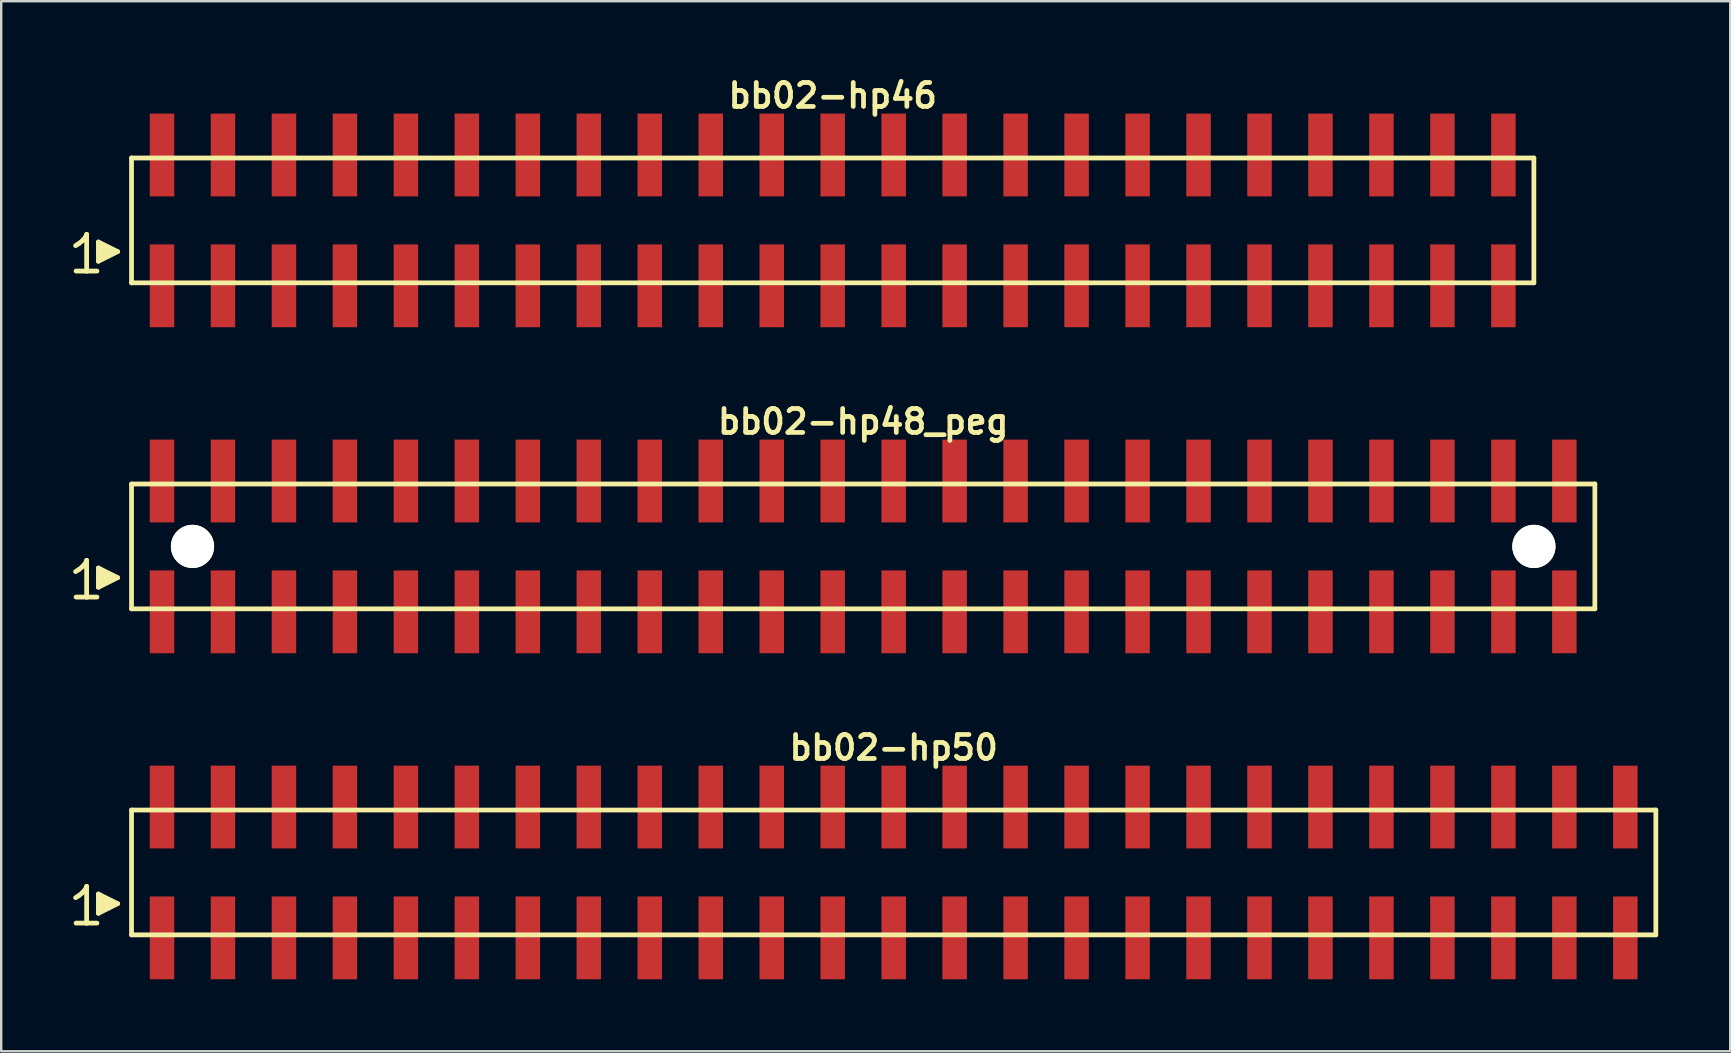
<source format=kicad_pcb>
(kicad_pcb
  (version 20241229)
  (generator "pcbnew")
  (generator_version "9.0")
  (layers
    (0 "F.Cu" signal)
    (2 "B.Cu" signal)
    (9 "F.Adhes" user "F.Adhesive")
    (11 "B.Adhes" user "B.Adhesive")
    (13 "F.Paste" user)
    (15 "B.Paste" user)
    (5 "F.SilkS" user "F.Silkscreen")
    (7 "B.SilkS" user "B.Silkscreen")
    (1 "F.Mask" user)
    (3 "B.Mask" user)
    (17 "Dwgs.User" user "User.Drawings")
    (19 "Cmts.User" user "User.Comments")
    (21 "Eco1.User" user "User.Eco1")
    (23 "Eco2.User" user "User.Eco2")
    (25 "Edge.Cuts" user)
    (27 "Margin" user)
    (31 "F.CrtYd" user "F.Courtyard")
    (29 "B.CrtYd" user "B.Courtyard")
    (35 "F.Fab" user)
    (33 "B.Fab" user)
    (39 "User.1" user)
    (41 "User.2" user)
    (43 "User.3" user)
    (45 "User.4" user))
  (footprint "bb02-hp50"
    (layer "F.Cu")
    (at 34.179 33.295)
    (property "Reference" "bb02-hp50" (at 0 -5.2 0) (layer "F.SilkS") (effects (font (size 0.998 0.998) (thickness 0.198))))
    (attr through_hole)
    (fp_line (start -34.08 1.05) (end -33.95 0.97) (stroke (width 0.198) (type solid)) (layer "F.SilkS"))
    (fp_line (start -33.95 0.97) (end -33.79 0.84) (stroke (width 0.198) (type solid)) (layer "F.SilkS"))
    (fp_line (start -33.79 0.84) (end -33.65 0.67) (stroke (width 0.198) (type solid)) (layer "F.SilkS"))
    (fp_line (start -33.65 0.67) (end -33.62 0.58) (stroke (width 0.198) (type solid)) (layer "F.SilkS"))
    (fp_line (start -33.62 0.58) (end -33.62 2.11) (stroke (width 0.198) (type solid)) (layer "F.SilkS"))
    (fp_line (start -33.62 2.11) (end -34.06 2.11) (stroke (width 0.198) (type solid)) (layer "F.SilkS"))
    (fp_line (start -33.19 2.11) (end -33.63 2.11) (stroke (width 0.198) (type solid)) (layer "F.SilkS"))
    (fp_line (start -33.13 0.9) (end -32.33 1.3) (stroke (width 0.198) (type solid)) (layer "F.SilkS"))
    (fp_line (start -33.13 1.7) (end -33.13 0.9) (stroke (width 0.198) (type solid)) (layer "F.SilkS"))
    (fp_line (start -33.03 1.6) (end -33.03 1) (stroke (width 0.198) (type solid)) (layer "F.SilkS"))
    (fp_line (start -32.93 1.1) (end -32.93 1.5) (stroke (width 0.198) (type solid)) (layer "F.SilkS"))
    (fp_line (start -32.83 1.5) (end -32.83 1.1) (stroke (width 0.198) (type solid)) (layer "F.SilkS"))
    (fp_line (start -32.73 1.2) (end -32.73 1.4) (stroke (width 0.198) (type solid)) (layer "F.SilkS"))
    (fp_line (start -32.63 1.4) (end -32.63 1.2) (stroke (width 0.198) (type solid)) (layer "F.SilkS"))
    (fp_line (start -32.33 1.3) (end -33.13 1.7) (stroke (width 0.198) (type solid)) (layer "F.SilkS"))
    (fp_line (start -31.75 -2.6) (end -31.75 2.6) (stroke (width 0.198) (type solid)) (layer "F.SilkS"))
    (fp_line (start -31.75 -2.6) (end 31.75 -2.6) (stroke (width 0.198) (type solid)) (layer "F.SilkS"))
    (fp_line (start 31.75 2.6) (end -31.75 2.6) (stroke (width 0.198) (type solid)) (layer "F.SilkS"))
    (fp_line (start 31.75 2.6) (end 31.75 -2.6) (stroke (width 0.198) (type solid)) (layer "F.SilkS"))
    (pad "1" smd rect (at -30.48 2.725) (size 1.02 3.45) (layers "F.Cu" "F.Mask" "F.Paste"))
    (pad "2" smd rect (at -30.48 -2.725) (size 1.02 3.45) (layers "F.Cu" "F.Mask" "F.Paste"))
    (pad "3" smd rect (at -27.94 2.725) (size 1.02 3.45) (layers "F.Cu" "F.Mask" "F.Paste"))
    (pad "4" smd rect (at -27.94 -2.725) (size 1.02 3.45) (layers "F.Cu" "F.Mask" "F.Paste"))
    (pad "5" smd rect (at -25.4 2.725) (size 1.02 3.45) (layers "F.Cu" "F.Mask" "F.Paste"))
    (pad "6" smd rect (at -25.4 -2.725) (size 1.02 3.45) (layers "F.Cu" "F.Mask" "F.Paste"))
    (pad "7" smd rect (at -22.86 2.725) (size 1.02 3.45) (layers "F.Cu" "F.Mask" "F.Paste"))
    (pad "8" smd rect (at -22.86 -2.725) (size 1.02 3.45) (layers "F.Cu" "F.Mask" "F.Paste"))
    (pad "9" smd rect (at -20.32 2.725) (size 1.02 3.45) (layers "F.Cu" "F.Mask" "F.Paste"))
    (pad "10" smd rect (at -20.32 -2.725) (size 1.02 3.45) (layers "F.Cu" "F.Mask" "F.Paste"))
    (pad "11" smd rect (at -17.78 2.725) (size 1.02 3.45) (layers "F.Cu" "F.Mask" "F.Paste"))
    (pad "12" smd rect (at -17.78 -2.725) (size 1.02 3.45) (layers "F.Cu" "F.Mask" "F.Paste"))
    (pad "13" smd rect (at -15.24 2.725) (size 1.02 3.45) (layers "F.Cu" "F.Mask" "F.Paste"))
    (pad "14" smd rect (at -15.24 -2.725) (size 1.02 3.45) (layers "F.Cu" "F.Mask" "F.Paste"))
    (pad "15" smd rect (at -12.7 2.725) (size 1.02 3.45) (layers "F.Cu" "F.Mask" "F.Paste"))
    (pad "16" smd rect (at -12.7 -2.725) (size 1.02 3.45) (layers "F.Cu" "F.Mask" "F.Paste"))
    (pad "17" smd rect (at -10.16 2.725) (size 1.02 3.45) (layers "F.Cu" "F.Mask" "F.Paste"))
    (pad "18" smd rect (at -10.16 -2.725) (size 1.02 3.45) (layers "F.Cu" "F.Mask" "F.Paste"))
    (pad "19" smd rect (at -7.62 2.725) (size 1.02 3.45) (layers "F.Cu" "F.Mask" "F.Paste"))
    (pad "20" smd rect (at -7.62 -2.725) (size 1.02 3.45) (layers "F.Cu" "F.Mask" "F.Paste"))
    (pad "21" smd rect (at -5.08 2.725) (size 1.02 3.45) (layers "F.Cu" "F.Mask" "F.Paste"))
    (pad "22" smd rect (at -5.08 -2.725) (size 1.02 3.45) (layers "F.Cu" "F.Mask" "F.Paste"))
    (pad "23" smd rect (at -2.54 2.725) (size 1.02 3.45) (layers "F.Cu" "F.Mask" "F.Paste"))
    (pad "24" smd rect (at -2.54 -2.725) (size 1.02 3.45) (layers "F.Cu" "F.Mask" "F.Paste"))
    (pad "25" smd rect (at 0 2.725) (size 1.02 3.45) (layers "F.Cu" "F.Mask" "F.Paste"))
    (pad "26" smd rect (at 0 -2.725) (size 1.02 3.45) (layers "F.Cu" "F.Mask" "F.Paste"))
    (pad "27" smd rect (at 2.54 2.725) (size 1.02 3.45) (layers "F.Cu" "F.Mask" "F.Paste"))
    (pad "28" smd rect (at 2.54 -2.725) (size 1.02 3.45) (layers "F.Cu" "F.Mask" "F.Paste"))
    (pad "29" smd rect (at 5.08 2.725) (size 1.02 3.45) (layers "F.Cu" "F.Mask" "F.Paste"))
    (pad "30" smd rect (at 5.08 -2.725) (size 1.02 3.45) (layers "F.Cu" "F.Mask" "F.Paste"))
    (pad "31" smd rect (at 7.62 2.725) (size 1.02 3.45) (layers "F.Cu" "F.Mask" "F.Paste"))
    (pad "32" smd rect (at 7.62 -2.725) (size 1.02 3.45) (layers "F.Cu" "F.Mask" "F.Paste"))
    (pad "33" smd rect (at 10.16 2.725) (size 1.02 3.45) (layers "F.Cu" "F.Mask" "F.Paste"))
    (pad "34" smd rect (at 10.16 -2.725) (size 1.02 3.45) (layers "F.Cu" "F.Mask" "F.Paste"))
    (pad "35" smd rect (at 12.7 2.725) (size 1.02 3.45) (layers "F.Cu" "F.Mask" "F.Paste"))
    (pad "36" smd rect (at 12.7 -2.725) (size 1.02 3.45) (layers "F.Cu" "F.Mask" "F.Paste"))
    (pad "37" smd rect (at 15.24 2.725) (size 1.02 3.45) (layers "F.Cu" "F.Mask" "F.Paste"))
    (pad "38" smd rect (at 15.24 -2.725) (size 1.02 3.45) (layers "F.Cu" "F.Mask" "F.Paste"))
    (pad "39" smd rect (at 17.78 2.725) (size 1.02 3.45) (layers "F.Cu" "F.Mask" "F.Paste"))
    (pad "40" smd rect (at 17.78 -2.725) (size 1.02 3.45) (layers "F.Cu" "F.Mask" "F.Paste"))
    (pad "41" smd rect (at 20.32 2.725) (size 1.02 3.45) (layers "F.Cu" "F.Mask" "F.Paste"))
    (pad "42" smd rect (at 20.32 -2.725) (size 1.02 3.45) (layers "F.Cu" "F.Mask" "F.Paste"))
    (pad "43" smd rect (at 22.86 2.725) (size 1.02 3.45) (layers "F.Cu" "F.Mask" "F.Paste"))
    (pad "44" smd rect (at 22.86 -2.725) (size 1.02 3.45) (layers "F.Cu" "F.Mask" "F.Paste"))
    (pad "45" smd rect (at 25.4 2.725) (size 1.02 3.45) (layers "F.Cu" "F.Mask" "F.Paste"))
    (pad "46" smd rect (at 25.4 -2.725) (size 1.02 3.45) (layers "F.Cu" "F.Mask" "F.Paste"))
    (pad "47" smd rect (at 27.94 2.725) (size 1.02 3.45) (layers "F.Cu" "F.Mask" "F.Paste"))
    (pad "48" smd rect (at 27.94 -2.725) (size 1.02 3.45) (layers "F.Cu" "F.Mask" "F.Paste"))
    (pad "49" smd rect (at 30.48 2.725) (size 1.02 3.45) (layers "F.Cu" "F.Mask" "F.Paste"))
    (pad "50" smd rect (at 30.48 -2.725) (size 1.02 3.45) (layers "F.Cu" "F.Mask" "F.Paste")))
  (footprint "bb02-hp48_peg"
    (layer "F.Cu")
    (at 32.909 19.713)
    (property "Reference" "bb02-hp48_peg" (at 0 -5.2 0) (layer "F.SilkS") (effects (font (size 0.998 0.998) (thickness 0.198))))
    (attr through_hole)
    (fp_line (start -32.81 1.05) (end -32.68 0.97) (stroke (width 0.198) (type solid)) (layer "F.SilkS"))
    (fp_line (start -32.68 0.97) (end -32.52 0.84) (stroke (width 0.198) (type solid)) (layer "F.SilkS"))
    (fp_line (start -32.52 0.84) (end -32.38 0.67) (stroke (width 0.198) (type solid)) (layer "F.SilkS"))
    (fp_line (start -32.38 0.67) (end -32.35 0.58) (stroke (width 0.198) (type solid)) (layer "F.SilkS"))
    (fp_line (start -32.35 0.58) (end -32.35 2.11) (stroke (width 0.198) (type solid)) (layer "F.SilkS"))
    (fp_line (start -32.35 2.11) (end -32.79 2.11) (stroke (width 0.198) (type solid)) (layer "F.SilkS"))
    (fp_line (start -31.92 2.11) (end -32.36 2.11) (stroke (width 0.198) (type solid)) (layer "F.SilkS"))
    (fp_line (start -31.86 0.9) (end -31.06 1.3) (stroke (width 0.198) (type solid)) (layer "F.SilkS"))
    (fp_line (start -31.86 1.7) (end -31.86 0.9) (stroke (width 0.198) (type solid)) (layer "F.SilkS"))
    (fp_line (start -31.76 1.6) (end -31.76 1) (stroke (width 0.198) (type solid)) (layer "F.SilkS"))
    (fp_line (start -31.66 1.1) (end -31.66 1.5) (stroke (width 0.198) (type solid)) (layer "F.SilkS"))
    (fp_line (start -31.56 1.5) (end -31.56 1.1) (stroke (width 0.198) (type solid)) (layer "F.SilkS"))
    (fp_line (start -31.46 1.2) (end -31.46 1.4) (stroke (width 0.198) (type solid)) (layer "F.SilkS"))
    (fp_line (start -31.36 1.4) (end -31.36 1.2) (stroke (width 0.198) (type solid)) (layer "F.SilkS"))
    (fp_line (start -31.06 1.3) (end -31.86 1.7) (stroke (width 0.198) (type solid)) (layer "F.SilkS"))
    (fp_line (start -30.48 -2.6) (end -30.48 2.6) (stroke (width 0.198) (type solid)) (layer "F.SilkS"))
    (fp_line (start -30.48 -2.6) (end 30.48 -2.6) (stroke (width 0.198) (type solid)) (layer "F.SilkS"))
    (fp_line (start 30.48 2.6) (end -30.48 2.6) (stroke (width 0.198) (type solid)) (layer "F.SilkS"))
    (fp_line (start 30.48 2.6) (end 30.48 -2.6) (stroke (width 0.198) (type solid)) (layer "F.SilkS"))
    (pad "" np_thru_hole circle (at -27.94 0) (size 1.8 1.8) (drill 1.8) (layers "*.Cu" "*.Mask" "F.SilkS"))
    (pad "" np_thru_hole circle (at 27.94 0) (size 1.8 1.8) (drill 1.8) (layers "*.Cu" "*.Mask" "F.SilkS"))
    (pad "1" smd rect (at -29.21 2.725) (size 1.02 3.45) (layers "F.Cu" "F.Mask" "F.Paste"))
    (pad "2" smd rect (at -29.21 -2.725) (size 1.02 3.45) (layers "F.Cu" "F.Mask" "F.Paste"))
    (pad "3" smd rect (at -26.67 2.725) (size 1.02 3.45) (layers "F.Cu" "F.Mask" "F.Paste"))
    (pad "4" smd rect (at -26.67 -2.725) (size 1.02 3.45) (layers "F.Cu" "F.Mask" "F.Paste"))
    (pad "5" smd rect (at -24.13 2.725) (size 1.02 3.45) (layers "F.Cu" "F.Mask" "F.Paste"))
    (pad "6" smd rect (at -24.13 -2.725) (size 1.02 3.45) (layers "F.Cu" "F.Mask" "F.Paste"))
    (pad "7" smd rect (at -21.59 2.725) (size 1.02 3.45) (layers "F.Cu" "F.Mask" "F.Paste"))
    (pad "8" smd rect (at -21.59 -2.725) (size 1.02 3.45) (layers "F.Cu" "F.Mask" "F.Paste"))
    (pad "9" smd rect (at -19.05 2.725) (size 1.02 3.45) (layers "F.Cu" "F.Mask" "F.Paste"))
    (pad "10" smd rect (at -19.05 -2.725) (size 1.02 3.45) (layers "F.Cu" "F.Mask" "F.Paste"))
    (pad "11" smd rect (at -16.51 2.725) (size 1.02 3.45) (layers "F.Cu" "F.Mask" "F.Paste"))
    (pad "12" smd rect (at -16.51 -2.725) (size 1.02 3.45) (layers "F.Cu" "F.Mask" "F.Paste"))
    (pad "13" smd rect (at -13.97 2.725) (size 1.02 3.45) (layers "F.Cu" "F.Mask" "F.Paste"))
    (pad "14" smd rect (at -13.97 -2.725) (size 1.02 3.45) (layers "F.Cu" "F.Mask" "F.Paste"))
    (pad "15" smd rect (at -11.43 2.725) (size 1.02 3.45) (layers "F.Cu" "F.Mask" "F.Paste"))
    (pad "16" smd rect (at -11.43 -2.725) (size 1.02 3.45) (layers "F.Cu" "F.Mask" "F.Paste"))
    (pad "17" smd rect (at -8.89 2.725) (size 1.02 3.45) (layers "F.Cu" "F.Mask" "F.Paste"))
    (pad "18" smd rect (at -8.89 -2.725) (size 1.02 3.45) (layers "F.Cu" "F.Mask" "F.Paste"))
    (pad "19" smd rect (at -6.35 2.725) (size 1.02 3.45) (layers "F.Cu" "F.Mask" "F.Paste"))
    (pad "20" smd rect (at -6.35 -2.725) (size 1.02 3.45) (layers "F.Cu" "F.Mask" "F.Paste"))
    (pad "21" smd rect (at -3.81 2.725) (size 1.02 3.45) (layers "F.Cu" "F.Mask" "F.Paste"))
    (pad "22" smd rect (at -3.81 -2.725) (size 1.02 3.45) (layers "F.Cu" "F.Mask" "F.Paste"))
    (pad "23" smd rect (at -1.27 2.725) (size 1.02 3.45) (layers "F.Cu" "F.Mask" "F.Paste"))
    (pad "24" smd rect (at -1.27 -2.725) (size 1.02 3.45) (layers "F.Cu" "F.Mask" "F.Paste"))
    (pad "25" smd rect (at 1.27 2.725) (size 1.02 3.45) (layers "F.Cu" "F.Mask" "F.Paste"))
    (pad "26" smd rect (at 1.27 -2.725) (size 1.02 3.45) (layers "F.Cu" "F.Mask" "F.Paste"))
    (pad "27" smd rect (at 3.81 2.725) (size 1.02 3.45) (layers "F.Cu" "F.Mask" "F.Paste"))
    (pad "28" smd rect (at 3.81 -2.725) (size 1.02 3.45) (layers "F.Cu" "F.Mask" "F.Paste"))
    (pad "29" smd rect (at 6.35 2.725) (size 1.02 3.45) (layers "F.Cu" "F.Mask" "F.Paste"))
    (pad "30" smd rect (at 6.35 -2.725) (size 1.02 3.45) (layers "F.Cu" "F.Mask" "F.Paste"))
    (pad "31" smd rect (at 8.89 2.725) (size 1.02 3.45) (layers "F.Cu" "F.Mask" "F.Paste"))
    (pad "32" smd rect (at 8.89 -2.725) (size 1.02 3.45) (layers "F.Cu" "F.Mask" "F.Paste"))
    (pad "33" smd rect (at 11.43 2.725) (size 1.02 3.45) (layers "F.Cu" "F.Mask" "F.Paste"))
    (pad "34" smd rect (at 11.43 -2.725) (size 1.02 3.45) (layers "F.Cu" "F.Mask" "F.Paste"))
    (pad "35" smd rect (at 13.97 2.725) (size 1.02 3.45) (layers "F.Cu" "F.Mask" "F.Paste"))
    (pad "36" smd rect (at 13.97 -2.725) (size 1.02 3.45) (layers "F.Cu" "F.Mask" "F.Paste"))
    (pad "37" smd rect (at 16.51 2.725) (size 1.02 3.45) (layers "F.Cu" "F.Mask" "F.Paste"))
    (pad "38" smd rect (at 16.51 -2.725) (size 1.02 3.45) (layers "F.Cu" "F.Mask" "F.Paste"))
    (pad "39" smd rect (at 19.05 2.725) (size 1.02 3.45) (layers "F.Cu" "F.Mask" "F.Paste"))
    (pad "40" smd rect (at 19.05 -2.725) (size 1.02 3.45) (layers "F.Cu" "F.Mask" "F.Paste"))
    (pad "41" smd rect (at 21.59 2.725) (size 1.02 3.45) (layers "F.Cu" "F.Mask" "F.Paste"))
    (pad "42" smd rect (at 21.59 -2.725) (size 1.02 3.45) (layers "F.Cu" "F.Mask" "F.Paste"))
    (pad "43" smd rect (at 24.13 2.725) (size 1.02 3.45) (layers "F.Cu" "F.Mask" "F.Paste"))
    (pad "44" smd rect (at 24.13 -2.725) (size 1.02 3.45) (layers "F.Cu" "F.Mask" "F.Paste"))
    (pad "45" smd rect (at 26.67 2.725) (size 1.02 3.45) (layers "F.Cu" "F.Mask" "F.Paste"))
    (pad "46" smd rect (at 26.67 -2.725) (size 1.02 3.45) (layers "F.Cu" "F.Mask" "F.Paste"))
    (pad "47" smd rect (at 29.21 2.725) (size 1.02 3.45) (layers "F.Cu" "F.Mask" "F.Paste"))
    (pad "48" smd rect (at 29.21 -2.725) (size 1.02 3.45) (layers "F.Cu" "F.Mask" "F.Paste")))
  (footprint "bb02-hp46"
    (layer "F.Cu")
    (at 31.639 6.132)
    (property "Reference" "bb02-hp46" (at 0 -5.2 0) (layer "F.SilkS") (effects (font (size 0.998 0.998) (thickness 0.198))))
    (attr through_hole)
    (fp_line (start -31.54 1.05) (end -31.41 0.97) (stroke (width 0.198) (type solid)) (layer "F.SilkS"))
    (fp_line (start -31.41 0.97) (end -31.25 0.84) (stroke (width 0.198) (type solid)) (layer "F.SilkS"))
    (fp_line (start -31.25 0.84) (end -31.11 0.67) (stroke (width 0.198) (type solid)) (layer "F.SilkS"))
    (fp_line (start -31.11 0.67) (end -31.08 0.58) (stroke (width 0.198) (type solid)) (layer "F.SilkS"))
    (fp_line (start -31.08 0.58) (end -31.08 2.11) (stroke (width 0.198) (type solid)) (layer "F.SilkS"))
    (fp_line (start -31.08 2.11) (end -31.52 2.11) (stroke (width 0.198) (type solid)) (layer "F.SilkS"))
    (fp_line (start -30.65 2.11) (end -31.09 2.11) (stroke (width 0.198) (type solid)) (layer "F.SilkS"))
    (fp_line (start -30.59 0.9) (end -29.79 1.3) (stroke (width 0.198) (type solid)) (layer "F.SilkS"))
    (fp_line (start -30.59 1.7) (end -30.59 0.9) (stroke (width 0.198) (type solid)) (layer "F.SilkS"))
    (fp_line (start -30.49 1.6) (end -30.49 1) (stroke (width 0.198) (type solid)) (layer "F.SilkS"))
    (fp_line (start -30.39 1.1) (end -30.39 1.5) (stroke (width 0.198) (type solid)) (layer "F.SilkS"))
    (fp_line (start -30.29 1.5) (end -30.29 1.1) (stroke (width 0.198) (type solid)) (layer "F.SilkS"))
    (fp_line (start -30.19 1.2) (end -30.19 1.4) (stroke (width 0.198) (type solid)) (layer "F.SilkS"))
    (fp_line (start -30.09 1.4) (end -30.09 1.2) (stroke (width 0.198) (type solid)) (layer "F.SilkS"))
    (fp_line (start -29.79 1.3) (end -30.59 1.7) (stroke (width 0.198) (type solid)) (layer "F.SilkS"))
    (fp_line (start -29.21 -2.6) (end -29.21 2.6) (stroke (width 0.198) (type solid)) (layer "F.SilkS"))
    (fp_line (start -29.21 -2.6) (end 29.21 -2.6) (stroke (width 0.198) (type solid)) (layer "F.SilkS"))
    (fp_line (start 29.21 2.6) (end -29.21 2.6) (stroke (width 0.198) (type solid)) (layer "F.SilkS"))
    (fp_line (start 29.21 2.6) (end 29.21 -2.6) (stroke (width 0.198) (type solid)) (layer "F.SilkS"))
    (pad "1" smd rect (at -27.94 2.725) (size 1.02 3.45) (layers "F.Cu" "F.Mask" "F.Paste"))
    (pad "2" smd rect (at -27.94 -2.725) (size 1.02 3.45) (layers "F.Cu" "F.Mask" "F.Paste"))
    (pad "3" smd rect (at -25.4 2.725) (size 1.02 3.45) (layers "F.Cu" "F.Mask" "F.Paste"))
    (pad "4" smd rect (at -25.4 -2.725) (size 1.02 3.45) (layers "F.Cu" "F.Mask" "F.Paste"))
    (pad "5" smd rect (at -22.86 2.725) (size 1.02 3.45) (layers "F.Cu" "F.Mask" "F.Paste"))
    (pad "6" smd rect (at -22.86 -2.725) (size 1.02 3.45) (layers "F.Cu" "F.Mask" "F.Paste"))
    (pad "7" smd rect (at -20.32 2.725) (size 1.02 3.45) (layers "F.Cu" "F.Mask" "F.Paste"))
    (pad "8" smd rect (at -20.32 -2.725) (size 1.02 3.45) (layers "F.Cu" "F.Mask" "F.Paste"))
    (pad "9" smd rect (at -17.78 2.725) (size 1.02 3.45) (layers "F.Cu" "F.Mask" "F.Paste"))
    (pad "10" smd rect (at -17.78 -2.725) (size 1.02 3.45) (layers "F.Cu" "F.Mask" "F.Paste"))
    (pad "11" smd rect (at -15.24 2.725) (size 1.02 3.45) (layers "F.Cu" "F.Mask" "F.Paste"))
    (pad "12" smd rect (at -15.24 -2.725) (size 1.02 3.45) (layers "F.Cu" "F.Mask" "F.Paste"))
    (pad "13" smd rect (at -12.7 2.725) (size 1.02 3.45) (layers "F.Cu" "F.Mask" "F.Paste"))
    (pad "14" smd rect (at -12.7 -2.725) (size 1.02 3.45) (layers "F.Cu" "F.Mask" "F.Paste"))
    (pad "15" smd rect (at -10.16 2.725) (size 1.02 3.45) (layers "F.Cu" "F.Mask" "F.Paste"))
    (pad "16" smd rect (at -10.16 -2.725) (size 1.02 3.45) (layers "F.Cu" "F.Mask" "F.Paste"))
    (pad "17" smd rect (at -7.62 2.725) (size 1.02 3.45) (layers "F.Cu" "F.Mask" "F.Paste"))
    (pad "18" smd rect (at -7.62 -2.725) (size 1.02 3.45) (layers "F.Cu" "F.Mask" "F.Paste"))
    (pad "19" smd rect (at -5.08 2.725) (size 1.02 3.45) (layers "F.Cu" "F.Mask" "F.Paste"))
    (pad "20" smd rect (at -5.08 -2.725) (size 1.02 3.45) (layers "F.Cu" "F.Mask" "F.Paste"))
    (pad "21" smd rect (at -2.54 2.725) (size 1.02 3.45) (layers "F.Cu" "F.Mask" "F.Paste"))
    (pad "22" smd rect (at -2.54 -2.725) (size 1.02 3.45) (layers "F.Cu" "F.Mask" "F.Paste"))
    (pad "23" smd rect (at 0 2.725) (size 1.02 3.45) (layers "F.Cu" "F.Mask" "F.Paste"))
    (pad "24" smd rect (at 0 -2.725) (size 1.02 3.45) (layers "F.Cu" "F.Mask" "F.Paste"))
    (pad "25" smd rect (at 2.54 2.725) (size 1.02 3.45) (layers "F.Cu" "F.Mask" "F.Paste"))
    (pad "26" smd rect (at 2.54 -2.725) (size 1.02 3.45) (layers "F.Cu" "F.Mask" "F.Paste"))
    (pad "27" smd rect (at 5.08 2.725) (size 1.02 3.45) (layers "F.Cu" "F.Mask" "F.Paste"))
    (pad "28" smd rect (at 5.08 -2.725) (size 1.02 3.45) (layers "F.Cu" "F.Mask" "F.Paste"))
    (pad "29" smd rect (at 7.62 2.725) (size 1.02 3.45) (layers "F.Cu" "F.Mask" "F.Paste"))
    (pad "30" smd rect (at 7.62 -2.725) (size 1.02 3.45) (layers "F.Cu" "F.Mask" "F.Paste"))
    (pad "31" smd rect (at 10.16 2.725) (size 1.02 3.45) (layers "F.Cu" "F.Mask" "F.Paste"))
    (pad "32" smd rect (at 10.16 -2.725) (size 1.02 3.45) (layers "F.Cu" "F.Mask" "F.Paste"))
    (pad "33" smd rect (at 12.7 2.725) (size 1.02 3.45) (layers "F.Cu" "F.Mask" "F.Paste"))
    (pad "34" smd rect (at 12.7 -2.725) (size 1.02 3.45) (layers "F.Cu" "F.Mask" "F.Paste"))
    (pad "35" smd rect (at 15.24 2.725) (size 1.02 3.45) (layers "F.Cu" "F.Mask" "F.Paste"))
    (pad "36" smd rect (at 15.24 -2.725) (size 1.02 3.45) (layers "F.Cu" "F.Mask" "F.Paste"))
    (pad "37" smd rect (at 17.78 2.725) (size 1.02 3.45) (layers "F.Cu" "F.Mask" "F.Paste"))
    (pad "38" smd rect (at 17.78 -2.725) (size 1.02 3.45) (layers "F.Cu" "F.Mask" "F.Paste"))
    (pad "39" smd rect (at 20.32 2.725) (size 1.02 3.45) (layers "F.Cu" "F.Mask" "F.Paste"))
    (pad "40" smd rect (at 20.32 -2.725) (size 1.02 3.45) (layers "F.Cu" "F.Mask" "F.Paste"))
    (pad "41" smd rect (at 22.86 2.725) (size 1.02 3.45) (layers "F.Cu" "F.Mask" "F.Paste"))
    (pad "42" smd rect (at 22.86 -2.725) (size 1.02 3.45) (layers "F.Cu" "F.Mask" "F.Paste"))
    (pad "43" smd rect (at 25.4 2.725) (size 1.02 3.45) (layers "F.Cu" "F.Mask" "F.Paste"))
    (pad "44" smd rect (at 25.4 -2.725) (size 1.02 3.45) (layers "F.Cu" "F.Mask" "F.Paste"))
    (pad "45" smd rect (at 27.94 2.725) (size 1.02 3.45) (layers "F.Cu" "F.Mask" "F.Paste"))
    (pad "46" smd rect (at 27.94 -2.725) (size 1.02 3.45) (layers "F.Cu" "F.Mask" "F.Paste")))
  (gr_rect
    (start -3 -3)
    (end 69.028 40.745)
    (stroke (width 0.1) (type default))
    (fill no)
    (layer "Edge.Cuts")))
</source>
